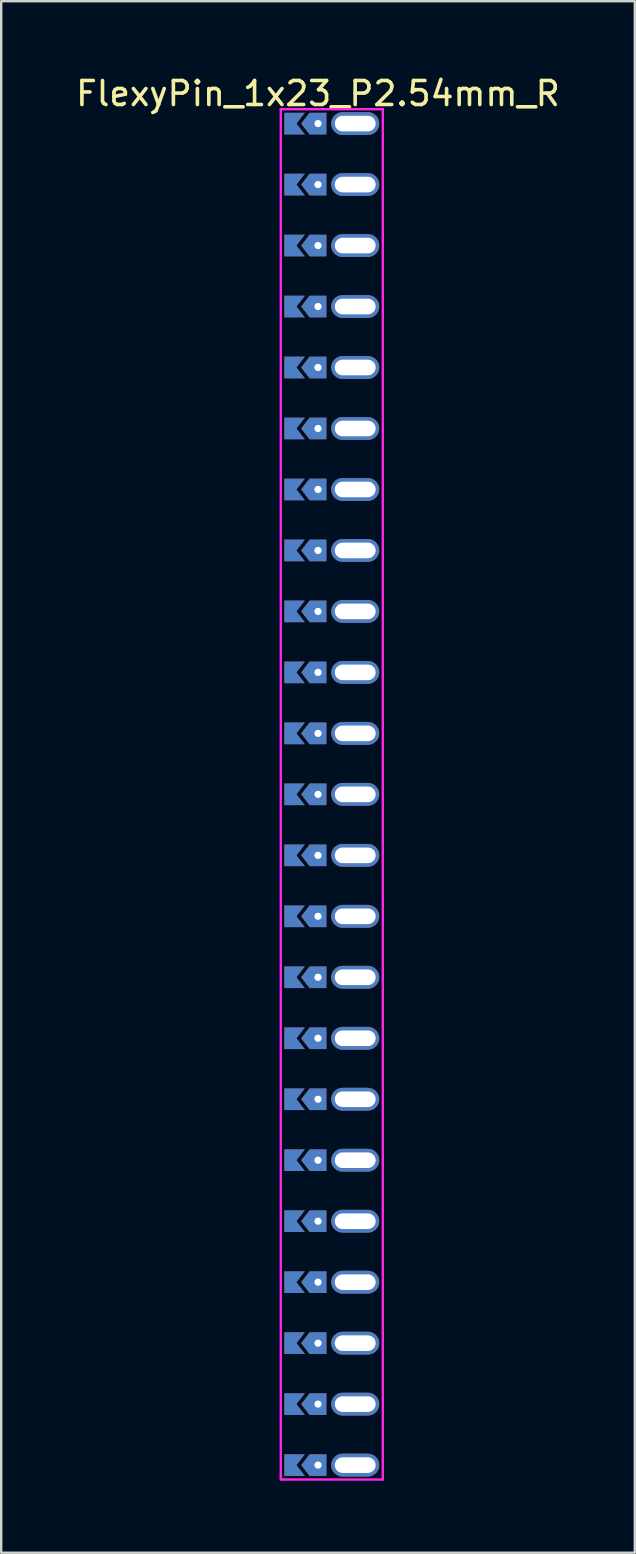
<source format=kicad_pcb>
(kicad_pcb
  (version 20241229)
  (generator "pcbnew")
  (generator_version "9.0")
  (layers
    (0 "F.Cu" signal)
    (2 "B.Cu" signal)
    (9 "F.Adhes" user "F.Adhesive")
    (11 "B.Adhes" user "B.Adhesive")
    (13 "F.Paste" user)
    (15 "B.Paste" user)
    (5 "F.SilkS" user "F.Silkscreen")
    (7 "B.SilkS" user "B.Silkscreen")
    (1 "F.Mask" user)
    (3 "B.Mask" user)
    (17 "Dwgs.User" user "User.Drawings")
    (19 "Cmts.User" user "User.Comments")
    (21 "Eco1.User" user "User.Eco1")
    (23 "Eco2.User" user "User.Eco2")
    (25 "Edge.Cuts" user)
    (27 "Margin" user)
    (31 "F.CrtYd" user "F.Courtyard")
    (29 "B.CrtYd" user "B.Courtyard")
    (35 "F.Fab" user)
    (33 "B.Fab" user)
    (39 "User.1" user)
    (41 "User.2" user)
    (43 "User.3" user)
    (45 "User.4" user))
  (footprint "FlexyPin_1x23_P2.54mm_R"
    (layer "F.Cu")
    (at 10.196 2.098)
    (property "Reference" "FlexyPin_1x23_P2.54mm_R" (at 0 -1.25 0) (layer "F.SilkS") (effects (font (size 1 1) (thickness 0.15))))
    (attr through_hole)
    (fp_line (start -1.55 -0.6) (end 2.7 -0.6) (stroke (width 0.1) (type solid)) (layer "F.CrtYd"))
    (fp_line (start -1.55 56.48) (end -1.55 -0.6) (stroke (width 0.1) (type solid)) (layer "F.CrtYd"))
    (fp_line (start 2.7 -0.6) (end 2.7 56.48) (stroke (width 0.1) (type solid)) (layer "F.CrtYd"))
    (fp_line (start 2.7 56.48) (end -1.55 56.48) (stroke (width 0.1) (type solid)) (layer "F.CrtYd"))
    (pad "" thru_hole custom (at 0 0) (size 0.3 0.3) (drill 0.6) (layers "*.Cu" "*.Mask") (options (anchor rect)) (primitives (gr_poly (pts (xy 0.35 0.45) (xy 0.35 -0.45) (xy -0.35 -0.45) (xy -0.7 0) (xy -0.35 0.45)) (width 0) (fill yes))))
    (pad "" thru_hole custom (at 0 2.54) (size 0.3 0.3) (drill 0.6) (layers "*.Cu" "*.Mask") (options (anchor rect)) (primitives (gr_poly (pts (xy 0.35 0.45) (xy 0.35 -0.45) (xy -0.35 -0.45) (xy -0.7 0) (xy -0.35 0.45)) (width 0) (fill yes))))
    (pad "" thru_hole custom (at 0 5.08) (size 0.3 0.3) (drill 0.6) (layers "*.Cu" "*.Mask") (options (anchor rect)) (primitives (gr_poly (pts (xy 0.35 0.45) (xy 0.35 -0.45) (xy -0.35 -0.45) (xy -0.7 0) (xy -0.35 0.45)) (width 0) (fill yes))))
    (pad "" thru_hole custom (at 0 7.62) (size 0.3 0.3) (drill 0.6) (layers "*.Cu" "*.Mask") (options (anchor rect)) (primitives (gr_poly (pts (xy 0.35 0.45) (xy 0.35 -0.45) (xy -0.35 -0.45) (xy -0.7 0) (xy -0.35 0.45)) (width 0) (fill yes))))
    (pad "" thru_hole custom (at 0 10.16) (size 0.3 0.3) (drill 0.6) (layers "*.Cu" "*.Mask") (options (anchor rect)) (primitives (gr_poly (pts (xy 0.35 0.45) (xy 0.35 -0.45) (xy -0.35 -0.45) (xy -0.7 0) (xy -0.35 0.45)) (width 0) (fill yes))))
    (pad "" thru_hole custom (at 0 12.7) (size 0.3 0.3) (drill 0.6) (layers "*.Cu" "*.Mask") (options (anchor rect)) (primitives (gr_poly (pts (xy 0.35 0.45) (xy 0.35 -0.45) (xy -0.35 -0.45) (xy -0.7 0) (xy -0.35 0.45)) (width 0) (fill yes))))
    (pad "" thru_hole custom (at 0 15.24) (size 0.3 0.3) (drill 0.6) (layers "*.Cu" "*.Mask") (options (anchor rect)) (primitives (gr_poly (pts (xy 0.35 0.45) (xy 0.35 -0.45) (xy -0.35 -0.45) (xy -0.7 0) (xy -0.35 0.45)) (width 0) (fill yes))))
    (pad "" thru_hole custom (at 0 17.78) (size 0.3 0.3) (drill 0.6) (layers "*.Cu" "*.Mask") (options (anchor rect)) (primitives (gr_poly (pts (xy 0.35 0.45) (xy 0.35 -0.45) (xy -0.35 -0.45) (xy -0.7 0) (xy -0.35 0.45)) (width 0) (fill yes))))
    (pad "" thru_hole custom (at 0 20.32) (size 0.3 0.3) (drill 0.6) (layers "*.Cu" "*.Mask") (options (anchor rect)) (primitives (gr_poly (pts (xy 0.35 0.45) (xy 0.35 -0.45) (xy -0.35 -0.45) (xy -0.7 0) (xy -0.35 0.45)) (width 0) (fill yes))))
    (pad "" thru_hole custom (at 0 22.86) (size 0.3 0.3) (drill 0.6) (layers "*.Cu" "*.Mask") (options (anchor rect)) (primitives (gr_poly (pts (xy 0.35 0.45) (xy 0.35 -0.45) (xy -0.35 -0.45) (xy -0.7 0) (xy -0.35 0.45)) (width 0) (fill yes))))
    (pad "" thru_hole custom (at 0 25.4) (size 0.3 0.3) (drill 0.6) (layers "*.Cu" "*.Mask") (options (anchor rect)) (primitives (gr_poly (pts (xy 0.35 0.45) (xy 0.35 -0.45) (xy -0.35 -0.45) (xy -0.7 0) (xy -0.35 0.45)) (width 0) (fill yes))))
    (pad "" thru_hole custom (at 0 27.94) (size 0.3 0.3) (drill 0.6) (layers "*.Cu" "*.Mask") (options (anchor rect)) (primitives (gr_poly (pts (xy 0.35 0.45) (xy 0.35 -0.45) (xy -0.35 -0.45) (xy -0.7 0) (xy -0.35 0.45)) (width 0) (fill yes))))
    (pad "" thru_hole custom (at 0 30.48) (size 0.3 0.3) (drill 0.6) (layers "*.Cu" "*.Mask") (options (anchor rect)) (primitives (gr_poly (pts (xy 0.35 0.45) (xy 0.35 -0.45) (xy -0.35 -0.45) (xy -0.7 0) (xy -0.35 0.45)) (width 0) (fill yes))))
    (pad "" thru_hole custom (at 0 33.02) (size 0.3 0.3) (drill 0.6) (layers "*.Cu" "*.Mask") (options (anchor rect)) (primitives (gr_poly (pts (xy 0.35 0.45) (xy 0.35 -0.45) (xy -0.35 -0.45) (xy -0.7 0) (xy -0.35 0.45)) (width 0) (fill yes))))
    (pad "" thru_hole custom (at 0 35.56) (size 0.3 0.3) (drill 0.6) (layers "*.Cu" "*.Mask") (options (anchor rect)) (primitives (gr_poly (pts (xy 0.35 0.45) (xy 0.35 -0.45) (xy -0.35 -0.45) (xy -0.7 0) (xy -0.35 0.45)) (width 0) (fill yes))))
    (pad "" thru_hole custom (at 0 38.1) (size 0.3 0.3) (drill 0.6) (layers "*.Cu" "*.Mask") (options (anchor rect)) (primitives (gr_poly (pts (xy 0.35 0.45) (xy 0.35 -0.45) (xy -0.35 -0.45) (xy -0.7 0) (xy -0.35 0.45)) (width 0) (fill yes))))
    (pad "" thru_hole custom (at 0 40.64) (size 0.3 0.3) (drill 0.6) (layers "*.Cu" "*.Mask") (options (anchor rect)) (primitives (gr_poly (pts (xy 0.35 0.45) (xy 0.35 -0.45) (xy -0.35 -0.45) (xy -0.7 0) (xy -0.35 0.45)) (width 0) (fill yes))))
    (pad "" thru_hole custom (at 0 43.18) (size 0.3 0.3) (drill 0.6) (layers "*.Cu" "*.Mask") (options (anchor rect)) (primitives (gr_poly (pts (xy 0.35 0.45) (xy 0.35 -0.45) (xy -0.35 -0.45) (xy -0.7 0) (xy -0.35 0.45)) (width 0) (fill yes))))
    (pad "" thru_hole custom (at 0 45.72) (size 0.3 0.3) (drill 0.6) (layers "*.Cu" "*.Mask") (options (anchor rect)) (primitives (gr_poly (pts (xy 0.35 0.45) (xy 0.35 -0.45) (xy -0.35 -0.45) (xy -0.7 0) (xy -0.35 0.45)) (width 0) (fill yes))))
    (pad "" thru_hole custom (at 0 48.26) (size 0.3 0.3) (drill 0.6) (layers "*.Cu" "*.Mask") (options (anchor rect)) (primitives (gr_poly (pts (xy 0.35 0.45) (xy 0.35 -0.45) (xy -0.35 -0.45) (xy -0.7 0) (xy -0.35 0.45)) (width 0) (fill yes))))
    (pad "" thru_hole custom (at 0 50.8) (size 0.3 0.3) (drill 0.6) (layers "*.Cu" "*.Mask") (options (anchor rect)) (primitives (gr_poly (pts (xy 0.35 0.45) (xy 0.35 -0.45) (xy -0.35 -0.45) (xy -0.7 0) (xy -0.35 0.45)) (width 0) (fill yes))))
    (pad "" thru_hole custom (at 0 53.34) (size 0.3 0.3) (drill 0.6) (layers "*.Cu" "*.Mask") (options (anchor rect)) (primitives (gr_poly (pts (xy 0.35 0.45) (xy 0.35 -0.45) (xy -0.35 -0.45) (xy -0.7 0) (xy -0.35 0.45)) (width 0) (fill yes))))
    (pad "" thru_hole custom (at 0 55.88) (size 0.3 0.3) (drill 0.6) (layers "*.Cu" "*.Mask") (options (anchor rect)) (primitives (gr_poly (pts (xy 0.35 0.45) (xy 0.35 -0.45) (xy -0.35 -0.45) (xy -0.7 0) (xy -0.35 0.45)) (width 0) (fill yes))))
    (pad "" thru_hole oval (at 1.55 0) (size 2 0.95) (drill oval 1.7 0.65) (layers "*.Cu" "*.Mask"))
    (pad "" thru_hole oval (at 1.55 2.54) (size 2 0.95) (drill oval 1.7 0.65) (layers "*.Cu" "*.Mask"))
    (pad "" thru_hole oval (at 1.55 5.08) (size 2 0.95) (drill oval 1.7 0.65) (layers "*.Cu" "*.Mask"))
    (pad "" thru_hole oval (at 1.55 7.62) (size 2 0.95) (drill oval 1.7 0.65) (layers "*.Cu" "*.Mask"))
    (pad "" thru_hole oval (at 1.55 10.16) (size 2 0.95) (drill oval 1.7 0.65) (layers "*.Cu" "*.Mask"))
    (pad "" thru_hole oval (at 1.55 12.7) (size 2 0.95) (drill oval 1.7 0.65) (layers "*.Cu" "*.Mask"))
    (pad "" thru_hole oval (at 1.55 15.24) (size 2 0.95) (drill oval 1.7 0.65) (layers "*.Cu" "*.Mask"))
    (pad "" thru_hole oval (at 1.55 17.78) (size 2 0.95) (drill oval 1.7 0.65) (layers "*.Cu" "*.Mask"))
    (pad "" thru_hole oval (at 1.55 20.32) (size 2 0.95) (drill oval 1.7 0.65) (layers "*.Cu" "*.Mask"))
    (pad "" thru_hole oval (at 1.55 22.86) (size 2 0.95) (drill oval 1.7 0.65) (layers "*.Cu" "*.Mask"))
    (pad "" thru_hole oval (at 1.55 25.4) (size 2 0.95) (drill oval 1.7 0.65) (layers "*.Cu" "*.Mask"))
    (pad "" thru_hole oval (at 1.55 27.94) (size 2 0.95) (drill oval 1.7 0.65) (layers "*.Cu" "*.Mask"))
    (pad "" thru_hole oval (at 1.55 30.48) (size 2 0.95) (drill oval 1.7 0.65) (layers "*.Cu" "*.Mask"))
    (pad "" thru_hole oval (at 1.55 33.02) (size 2 0.95) (drill oval 1.7 0.65) (layers "*.Cu" "*.Mask"))
    (pad "" thru_hole oval (at 1.55 35.56) (size 2 0.95) (drill oval 1.7 0.65) (layers "*.Cu" "*.Mask"))
    (pad "" thru_hole oval (at 1.55 38.1) (size 2 0.95) (drill oval 1.7 0.65) (layers "*.Cu" "*.Mask"))
    (pad "" thru_hole oval (at 1.55 40.64) (size 2 0.95) (drill oval 1.7 0.65) (layers "*.Cu" "*.Mask"))
    (pad "" thru_hole oval (at 1.55 43.18) (size 2 0.95) (drill oval 1.7 0.65) (layers "*.Cu" "*.Mask"))
    (pad "" thru_hole oval (at 1.55 45.72) (size 2 0.95) (drill oval 1.7 0.65) (layers "*.Cu" "*.Mask"))
    (pad "" thru_hole oval (at 1.55 48.26) (size 2 0.95) (drill oval 1.7 0.65) (layers "*.Cu" "*.Mask"))
    (pad "" thru_hole oval (at 1.55 50.8) (size 2 0.95) (drill oval 1.7 0.65) (layers "*.Cu" "*.Mask"))
    (pad "" thru_hole oval (at 1.55 53.34) (size 2 0.95) (drill oval 1.7 0.65) (layers "*.Cu" "*.Mask"))
    (pad "" thru_hole oval (at 1.55 55.88) (size 2 0.95) (drill oval 1.7 0.65) (layers "*.Cu" "*.Mask"))
    (pad "1" smd custom (at -0.9 0) (size 0.01 0.01) (layers "F.Cu" "F.Mask") (options (anchor rect)) (primitives (gr_poly (pts (xy 0 0) (xy 0.35 0.45) (xy -0.5 0.45) (xy -0.5 -0.45) (xy 0.35 -0.45)) (width 0) (fill yes))))
    (pad "1" smd custom (at -0.9 2.54) (size 0.01 0.01) (layers "F.Cu" "F.Mask") (options (anchor rect)) (primitives (gr_poly (pts (xy 0 0) (xy 0.35 0.45) (xy -0.5 0.45) (xy -0.5 -0.45) (xy 0.35 -0.45)) (width 0) (fill yes))))
    (pad "1" smd custom (at -0.9 5.08) (size 0.01 0.01) (layers "F.Cu" "F.Mask") (options (anchor rect)) (primitives (gr_poly (pts (xy 0 0) (xy 0.35 0.45) (xy -0.5 0.45) (xy -0.5 -0.45) (xy 0.35 -0.45)) (width 0) (fill yes))))
    (pad "1" smd custom (at -0.9 7.62) (size 0.01 0.01) (layers "F.Cu" "F.Mask") (options (anchor rect)) (primitives (gr_poly (pts (xy 0 0) (xy 0.35 0.45) (xy -0.5 0.45) (xy -0.5 -0.45) (xy 0.35 -0.45)) (width 0) (fill yes))))
    (pad "1" smd custom (at -0.9 10.16) (size 0.01 0.01) (layers "F.Cu" "F.Mask") (options (anchor rect)) (primitives (gr_poly (pts (xy 0 0) (xy 0.35 0.45) (xy -0.5 0.45) (xy -0.5 -0.45) (xy 0.35 -0.45)) (width 0) (fill yes))))
    (pad "1" smd custom (at -0.9 12.7) (size 0.01 0.01) (layers "F.Cu" "F.Mask") (options (anchor rect)) (primitives (gr_poly (pts (xy 0 0) (xy 0.35 0.45) (xy -0.5 0.45) (xy -0.5 -0.45) (xy 0.35 -0.45)) (width 0) (fill yes))))
    (pad "1" smd custom (at -0.9 15.24) (size 0.01 0.01) (layers "F.Cu" "F.Mask") (options (anchor rect)) (primitives (gr_poly (pts (xy 0 0) (xy 0.35 0.45) (xy -0.5 0.45) (xy -0.5 -0.45) (xy 0.35 -0.45)) (width 0) (fill yes))))
    (pad "1" smd custom (at -0.9 17.78) (size 0.01 0.01) (layers "F.Cu" "F.Mask") (options (anchor rect)) (primitives (gr_poly (pts (xy 0 0) (xy 0.35 0.45) (xy -0.5 0.45) (xy -0.5 -0.45) (xy 0.35 -0.45)) (width 0) (fill yes))))
    (pad "1" smd custom (at -0.9 20.32) (size 0.01 0.01) (layers "F.Cu" "F.Mask") (options (anchor rect)) (primitives (gr_poly (pts (xy 0 0) (xy 0.35 0.45) (xy -0.5 0.45) (xy -0.5 -0.45) (xy 0.35 -0.45)) (width 0) (fill yes))))
    (pad "1" smd custom (at -0.9 22.86) (size 0.01 0.01) (layers "F.Cu" "F.Mask") (options (anchor rect)) (primitives (gr_poly (pts (xy 0 0) (xy 0.35 0.45) (xy -0.5 0.45) (xy -0.5 -0.45) (xy 0.35 -0.45)) (width 0) (fill yes))))
    (pad "1" smd custom (at -0.9 25.4) (size 0.01 0.01) (layers "F.Cu" "F.Mask") (options (anchor rect)) (primitives (gr_poly (pts (xy 0 0) (xy 0.35 0.45) (xy -0.5 0.45) (xy -0.5 -0.45) (xy 0.35 -0.45)) (width 0) (fill yes))))
    (pad "1" smd custom (at -0.9 27.94) (size 0.01 0.01) (layers "F.Cu" "F.Mask") (options (anchor rect)) (primitives (gr_poly (pts (xy 0 0) (xy 0.35 0.45) (xy -0.5 0.45) (xy -0.5 -0.45) (xy 0.35 -0.45)) (width 0) (fill yes))))
    (pad "1" smd custom (at -0.9 30.48) (size 0.01 0.01) (layers "F.Cu" "F.Mask") (options (anchor rect)) (primitives (gr_poly (pts (xy 0 0) (xy 0.35 0.45) (xy -0.5 0.45) (xy -0.5 -0.45) (xy 0.35 -0.45)) (width 0) (fill yes))))
    (pad "1" smd custom (at -0.9 33.02) (size 0.01 0.01) (layers "F.Cu" "F.Mask") (options (anchor rect)) (primitives (gr_poly (pts (xy 0 0) (xy 0.35 0.45) (xy -0.5 0.45) (xy -0.5 -0.45) (xy 0.35 -0.45)) (width 0) (fill yes))))
    (pad "1" smd custom (at -0.9 35.56) (size 0.01 0.01) (layers "F.Cu" "F.Mask") (options (anchor rect)) (primitives (gr_poly (pts (xy 0 0) (xy 0.35 0.45) (xy -0.5 0.45) (xy -0.5 -0.45) (xy 0.35 -0.45)) (width 0) (fill yes))))
    (pad "1" smd custom (at -0.9 38.1) (size 0.01 0.01) (layers "F.Cu" "F.Mask") (options (anchor rect)) (primitives (gr_poly (pts (xy 0 0) (xy 0.35 0.45) (xy -0.5 0.45) (xy -0.5 -0.45) (xy 0.35 -0.45)) (width 0) (fill yes))))
    (pad "1" smd custom (at -0.9 40.64) (size 0.01 0.01) (layers "F.Cu" "F.Mask") (options (anchor rect)) (primitives (gr_poly (pts (xy 0 0) (xy 0.35 0.45) (xy -0.5 0.45) (xy -0.5 -0.45) (xy 0.35 -0.45)) (width 0) (fill yes))))
    (pad "1" smd custom (at -0.9 43.18) (size 0.01 0.01) (layers "F.Cu" "F.Mask") (options (anchor rect)) (primitives (gr_poly (pts (xy 0 0) (xy 0.35 0.45) (xy -0.5 0.45) (xy -0.5 -0.45) (xy 0.35 -0.45)) (width 0) (fill yes))))
    (pad "1" smd custom (at -0.9 45.72) (size 0.01 0.01) (layers "F.Cu" "F.Mask") (options (anchor rect)) (primitives (gr_poly (pts (xy 0 0) (xy 0.35 0.45) (xy -0.5 0.45) (xy -0.5 -0.45) (xy 0.35 -0.45)) (width 0) (fill yes))))
    (pad "1" smd custom (at -0.9 48.26) (size 0.01 0.01) (layers "F.Cu" "F.Mask") (options (anchor rect)) (primitives (gr_poly (pts (xy 0 0) (xy 0.35 0.45) (xy -0.5 0.45) (xy -0.5 -0.45) (xy 0.35 -0.45)) (width 0) (fill yes))))
    (pad "1" smd custom (at -0.9 50.8) (size 0.01 0.01) (layers "F.Cu" "F.Mask") (options (anchor rect)) (primitives (gr_poly (pts (xy 0 0) (xy 0.35 0.45) (xy -0.5 0.45) (xy -0.5 -0.45) (xy 0.35 -0.45)) (width 0) (fill yes))))
    (pad "1" smd custom (at -0.9 53.34) (size 0.01 0.01) (layers "F.Cu" "F.Mask") (options (anchor rect)) (primitives (gr_poly (pts (xy 0 0) (xy 0.35 0.45) (xy -0.5 0.45) (xy -0.5 -0.45) (xy 0.35 -0.45)) (width 0) (fill yes))))
    (pad "1" smd custom (at -0.9 55.88) (size 0.01 0.01) (layers "F.Cu" "F.Mask") (options (anchor rect)) (primitives (gr_poly (pts (xy 0 0) (xy 0.35 0.45) (xy -0.5 0.45) (xy -0.5 -0.45) (xy 0.35 -0.45)) (width 0) (fill yes))))
    (pad "2" smd custom (at -0.9 0) (size 0.01 0.01) (layers "B.Cu" "B.Mask") (options (anchor rect)) (primitives (gr_poly (pts (xy 0 0) (xy 0.35 0.45) (xy -0.5 0.45) (xy -0.5 -0.45) (xy 0.35 -0.45)) (width 0) (fill yes))))
    (pad "2" smd custom (at -0.9 2.54) (size 0.01 0.01) (layers "B.Cu" "B.Mask") (options (anchor rect)) (primitives (gr_poly (pts (xy 0 0) (xy 0.35 0.45) (xy -0.5 0.45) (xy -0.5 -0.45) (xy 0.35 -0.45)) (width 0) (fill yes))))
    (pad "2" smd custom (at -0.9 5.08) (size 0.01 0.01) (layers "B.Cu" "B.Mask") (options (anchor rect)) (primitives (gr_poly (pts (xy 0 0) (xy 0.35 0.45) (xy -0.5 0.45) (xy -0.5 -0.45) (xy 0.35 -0.45)) (width 0) (fill yes))))
    (pad "2" smd custom (at -0.9 7.62) (size 0.01 0.01) (layers "B.Cu" "B.Mask") (options (anchor rect)) (primitives (gr_poly (pts (xy 0 0) (xy 0.35 0.45) (xy -0.5 0.45) (xy -0.5 -0.45) (xy 0.35 -0.45)) (width 0) (fill yes))))
    (pad "2" smd custom (at -0.9 10.16) (size 0.01 0.01) (layers "B.Cu" "B.Mask") (options (anchor rect)) (primitives (gr_poly (pts (xy 0 0) (xy 0.35 0.45) (xy -0.5 0.45) (xy -0.5 -0.45) (xy 0.35 -0.45)) (width 0) (fill yes))))
    (pad "2" smd custom (at -0.9 12.7) (size 0.01 0.01) (layers "B.Cu" "B.Mask") (options (anchor rect)) (primitives (gr_poly (pts (xy 0 0) (xy 0.35 0.45) (xy -0.5 0.45) (xy -0.5 -0.45) (xy 0.35 -0.45)) (width 0) (fill yes))))
    (pad "2" smd custom (at -0.9 15.24) (size 0.01 0.01) (layers "B.Cu" "B.Mask") (options (anchor rect)) (primitives (gr_poly (pts (xy 0 0) (xy 0.35 0.45) (xy -0.5 0.45) (xy -0.5 -0.45) (xy 0.35 -0.45)) (width 0) (fill yes))))
    (pad "2" smd custom (at -0.9 17.78) (size 0.01 0.01) (layers "B.Cu" "B.Mask") (options (anchor rect)) (primitives (gr_poly (pts (xy 0 0) (xy 0.35 0.45) (xy -0.5 0.45) (xy -0.5 -0.45) (xy 0.35 -0.45)) (width 0) (fill yes))))
    (pad "2" smd custom (at -0.9 20.32) (size 0.01 0.01) (layers "B.Cu" "B.Mask") (options (anchor rect)) (primitives (gr_poly (pts (xy 0 0) (xy 0.35 0.45) (xy -0.5 0.45) (xy -0.5 -0.45) (xy 0.35 -0.45)) (width 0) (fill yes))))
    (pad "2" smd custom (at -0.9 22.86) (size 0.01 0.01) (layers "B.Cu" "B.Mask") (options (anchor rect)) (primitives (gr_poly (pts (xy 0 0) (xy 0.35 0.45) (xy -0.5 0.45) (xy -0.5 -0.45) (xy 0.35 -0.45)) (width 0) (fill yes))))
    (pad "2" smd custom (at -0.9 25.4) (size 0.01 0.01) (layers "B.Cu" "B.Mask") (options (anchor rect)) (primitives (gr_poly (pts (xy 0 0) (xy 0.35 0.45) (xy -0.5 0.45) (xy -0.5 -0.45) (xy 0.35 -0.45)) (width 0) (fill yes))))
    (pad "2" smd custom (at -0.9 27.94) (size 0.01 0.01) (layers "B.Cu" "B.Mask") (options (anchor rect)) (primitives (gr_poly (pts (xy 0 0) (xy 0.35 0.45) (xy -0.5 0.45) (xy -0.5 -0.45) (xy 0.35 -0.45)) (width 0) (fill yes))))
    (pad "2" smd custom (at -0.9 30.48) (size 0.01 0.01) (layers "B.Cu" "B.Mask") (options (anchor rect)) (primitives (gr_poly (pts (xy 0 0) (xy 0.35 0.45) (xy -0.5 0.45) (xy -0.5 -0.45) (xy 0.35 -0.45)) (width 0) (fill yes))))
    (pad "2" smd custom (at -0.9 33.02) (size 0.01 0.01) (layers "B.Cu" "B.Mask") (options (anchor rect)) (primitives (gr_poly (pts (xy 0 0) (xy 0.35 0.45) (xy -0.5 0.45) (xy -0.5 -0.45) (xy 0.35 -0.45)) (width 0) (fill yes))))
    (pad "2" smd custom (at -0.9 35.56) (size 0.01 0.01) (layers "B.Cu" "B.Mask") (options (anchor rect)) (primitives (gr_poly (pts (xy 0 0) (xy 0.35 0.45) (xy -0.5 0.45) (xy -0.5 -0.45) (xy 0.35 -0.45)) (width 0) (fill yes))))
    (pad "2" smd custom (at -0.9 38.1) (size 0.01 0.01) (layers "B.Cu" "B.Mask") (options (anchor rect)) (primitives (gr_poly (pts (xy 0 0) (xy 0.35 0.45) (xy -0.5 0.45) (xy -0.5 -0.45) (xy 0.35 -0.45)) (width 0) (fill yes))))
    (pad "2" smd custom (at -0.9 40.64) (size 0.01 0.01) (layers "B.Cu" "B.Mask") (options (anchor rect)) (primitives (gr_poly (pts (xy 0 0) (xy 0.35 0.45) (xy -0.5 0.45) (xy -0.5 -0.45) (xy 0.35 -0.45)) (width 0) (fill yes))))
    (pad "2" smd custom (at -0.9 43.18) (size 0.01 0.01) (layers "B.Cu" "B.Mask") (options (anchor rect)) (primitives (gr_poly (pts (xy 0 0) (xy 0.35 0.45) (xy -0.5 0.45) (xy -0.5 -0.45) (xy 0.35 -0.45)) (width 0) (fill yes))))
    (pad "2" smd custom (at -0.9 45.72) (size 0.01 0.01) (layers "B.Cu" "B.Mask") (options (anchor rect)) (primitives (gr_poly (pts (xy 0 0) (xy 0.35 0.45) (xy -0.5 0.45) (xy -0.5 -0.45) (xy 0.35 -0.45)) (width 0) (fill yes))))
    (pad "2" smd custom (at -0.9 48.26) (size 0.01 0.01) (layers "B.Cu" "B.Mask") (options (anchor rect)) (primitives (gr_poly (pts (xy 0 0) (xy 0.35 0.45) (xy -0.5 0.45) (xy -0.5 -0.45) (xy 0.35 -0.45)) (width 0) (fill yes))))
    (pad "2" smd custom (at -0.9 50.8) (size 0.01 0.01) (layers "B.Cu" "B.Mask") (options (anchor rect)) (primitives (gr_poly (pts (xy 0 0) (xy 0.35 0.45) (xy -0.5 0.45) (xy -0.5 -0.45) (xy 0.35 -0.45)) (width 0) (fill yes))))
    (pad "2" smd custom (at -0.9 53.34) (size 0.01 0.01) (layers "B.Cu" "B.Mask") (options (anchor rect)) (primitives (gr_poly (pts (xy 0 0) (xy 0.35 0.45) (xy -0.5 0.45) (xy -0.5 -0.45) (xy 0.35 -0.45)) (width 0) (fill yes))))
    (pad "2" smd custom (at -0.9 55.88) (size 0.01 0.01) (layers "B.Cu" "B.Mask") (options (anchor rect)) (primitives (gr_poly (pts (xy 0 0) (xy 0.35 0.45) (xy -0.5 0.45) (xy -0.5 -0.45) (xy 0.35 -0.45)) (width 0) (fill yes)))))
  (gr_rect
    (start -3 -3)
    (end 23.393 61.628)
    (stroke (width 0.1) (type default))
    (fill no)
    (layer "Edge.Cuts")))
</source>
